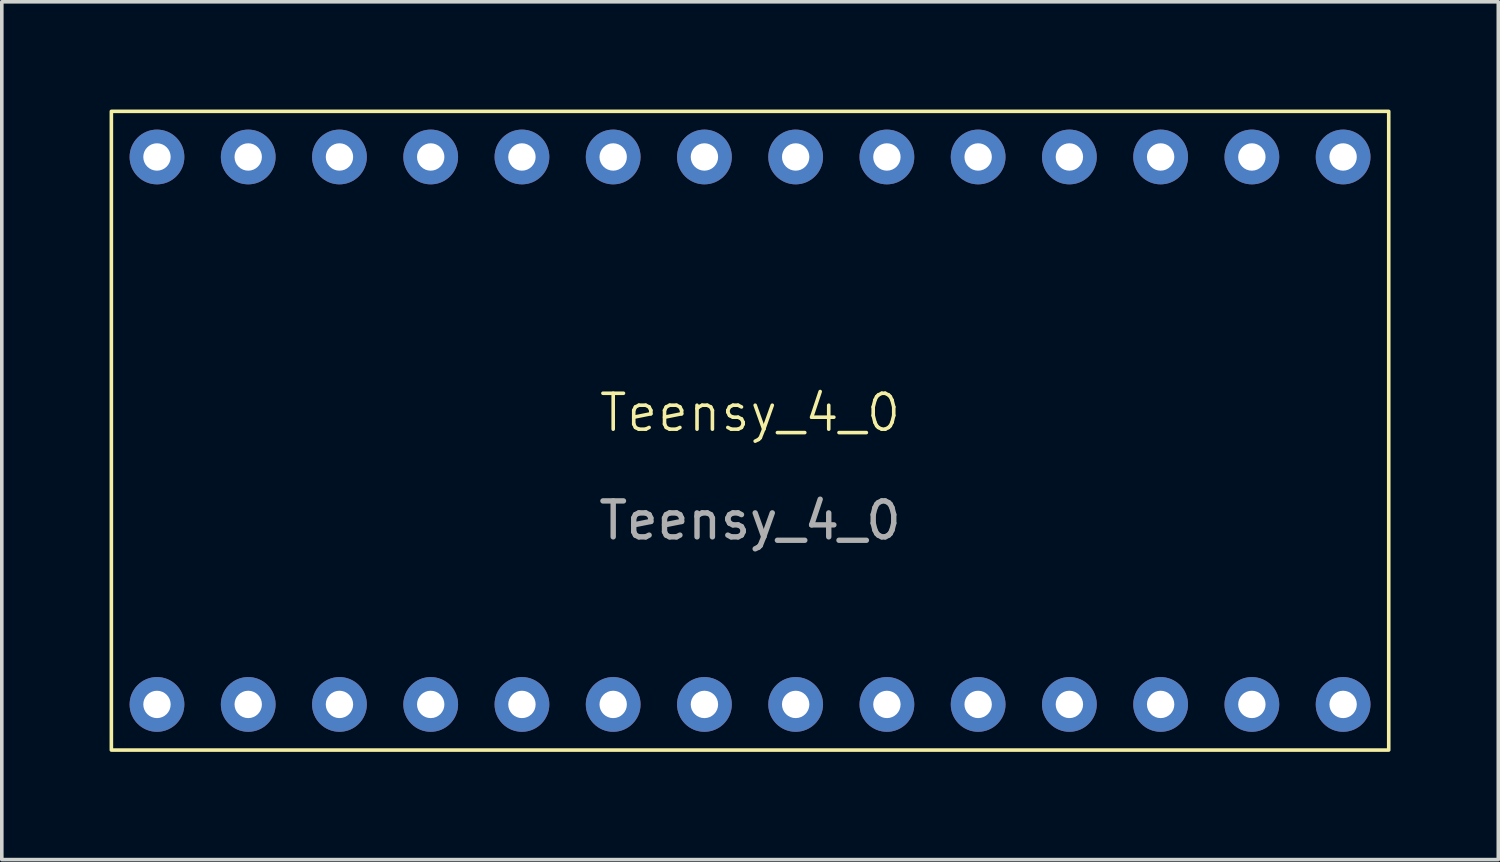
<source format=kicad_pcb>
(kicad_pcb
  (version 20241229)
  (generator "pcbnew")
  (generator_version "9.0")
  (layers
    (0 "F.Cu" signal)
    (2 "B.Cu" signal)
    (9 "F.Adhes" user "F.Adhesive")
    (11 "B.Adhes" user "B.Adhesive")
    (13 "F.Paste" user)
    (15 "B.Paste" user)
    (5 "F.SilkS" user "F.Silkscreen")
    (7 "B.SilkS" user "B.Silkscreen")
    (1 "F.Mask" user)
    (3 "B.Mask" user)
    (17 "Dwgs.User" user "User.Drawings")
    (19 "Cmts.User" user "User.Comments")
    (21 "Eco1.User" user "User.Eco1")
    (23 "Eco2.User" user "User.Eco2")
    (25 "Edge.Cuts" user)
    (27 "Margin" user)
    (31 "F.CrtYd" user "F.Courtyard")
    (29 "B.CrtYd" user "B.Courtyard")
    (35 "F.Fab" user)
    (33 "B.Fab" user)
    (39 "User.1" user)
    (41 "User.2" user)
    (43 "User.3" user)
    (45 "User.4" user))
  (footprint "Teensy_4_0"
    (layer "F.Cu")
    (at 17.83 8.94)
    (property "Reference" "Teensy_4_0" (at 0 -0.5 0) (unlocked yes) (layer "F.SilkS") (effects (font (size 1 1) (thickness 0.1))))
    (attr through_hole)
    (fp_rect (start 17.78 -8.89) (end -17.78 8.89) (stroke (width 0.1) (type default)) (fill no) (layer "F.SilkS"))
    (fp_text user "${REFERENCE}" (at 0 2.5 0) (unlocked yes) (layer "F.Fab") (effects (font (size 1 1) (thickness 0.15))))
    (pad "+3V3" thru_hole circle (at -11.43 -7.62) (size 1.524 1.524) (drill 0.762) (layers "*.Cu" "*.Mask"))
    (pad "+5V" thru_hole circle (at -16.51 -7.62) (size 1.524 1.524) (drill 0.762) (layers "*.Cu" "*.Mask"))
    (pad "0" thru_hole circle (at -13.97 7.62) (size 1.524 1.524) (drill 0.762) (layers "*.Cu" "*.Mask"))
    (pad "1" thru_hole circle (at -11.43 7.62) (size 1.524 1.524) (drill 0.762) (layers "*.Cu" "*.Mask"))
    (pad "2" thru_hole circle (at -8.89 7.62) (size 1.524 1.524) (drill 0.762) (layers "*.Cu" "*.Mask"))
    (pad "3" thru_hole circle (at -6.35 7.62) (size 1.524 1.524) (drill 0.762) (layers "*.Cu" "*.Mask"))
    (pad "4" thru_hole circle (at -3.81 7.62) (size 1.524 1.524) (drill 0.762) (layers "*.Cu" "*.Mask"))
    (pad "5" thru_hole circle (at -1.27 7.62) (size 1.524 1.524) (drill 0.762) (layers "*.Cu" "*.Mask"))
    (pad "6" thru_hole circle (at 1.27 7.62) (size 1.524 1.524) (drill 0.762) (layers "*.Cu" "*.Mask"))
    (pad "7" thru_hole circle (at 3.81 7.62) (size 1.524 1.524) (drill 0.762) (layers "*.Cu" "*.Mask"))
    (pad "8" thru_hole circle (at 6.35 7.62) (size 1.524 1.524) (drill 0.762) (layers "*.Cu" "*.Mask"))
    (pad "9" thru_hole circle (at 8.89 7.62) (size 1.524 1.524) (drill 0.762) (layers "*.Cu" "*.Mask"))
    (pad "10" thru_hole circle (at 11.43 7.62) (size 1.524 1.524) (drill 0.762) (layers "*.Cu" "*.Mask"))
    (pad "11" thru_hole circle (at 13.97 7.62) (size 1.524 1.524) (drill 0.762) (layers "*.Cu" "*.Mask"))
    (pad "12" thru_hole circle (at 16.51 7.62) (size 1.524 1.524) (drill 0.762) (layers "*.Cu" "*.Mask"))
    (pad "13" thru_hole circle (at 16.51 -7.62) (size 1.524 1.524) (drill 0.762) (layers "*.Cu" "*.Mask"))
    (pad "14" thru_hole circle (at 13.97 -7.62) (size 1.524 1.524) (drill 0.762) (layers "*.Cu" "*.Mask"))
    (pad "15" thru_hole circle (at 11.43 -7.62) (size 1.524 1.524) (drill 0.762) (layers "*.Cu" "*.Mask"))
    (pad "16" thru_hole circle (at 8.89 -7.62) (size 1.524 1.524) (drill 0.762) (layers "*.Cu" "*.Mask"))
    (pad "17" thru_hole circle (at 6.35 -7.62) (size 1.524 1.524) (drill 0.762) (layers "*.Cu" "*.Mask"))
    (pad "18" thru_hole circle (at 3.81 -7.62) (size 1.524 1.524) (drill 0.762) (layers "*.Cu" "*.Mask"))
    (pad "19" thru_hole circle (at 1.27 -7.62) (size 1.524 1.524) (drill 0.762) (layers "*.Cu" "*.Mask"))
    (pad "20" thru_hole circle (at -1.27 -7.62) (size 1.524 1.524) (drill 0.762) (layers "*.Cu" "*.Mask"))
    (pad "21" thru_hole circle (at -3.81 -7.62) (size 1.524 1.524) (drill 0.762) (layers "*.Cu" "*.Mask"))
    (pad "22" thru_hole circle (at -6.35 -7.62) (size 1.524 1.524) (drill 0.762) (layers "*.Cu" "*.Mask"))
    (pad "23" thru_hole circle (at -8.89 -7.62) (size 1.524 1.524) (drill 0.762) (layers "*.Cu" "*.Mask"))
    (pad "GND" thru_hole circle (at -16.51 7.62) (size 1.524 1.524) (drill 0.762) (layers "*.Cu" "*.Mask"))
    (pad "GND" thru_hole circle (at -13.97 -7.62) (size 1.524 1.524) (drill 0.762) (layers "*.Cu" "*.Mask")))
  (gr_rect
    (start -3 -3)
    (end 38.66 20.88)
    (stroke (width 0.1) (type default))
    (fill no)
    (layer "Edge.Cuts")))
</source>
